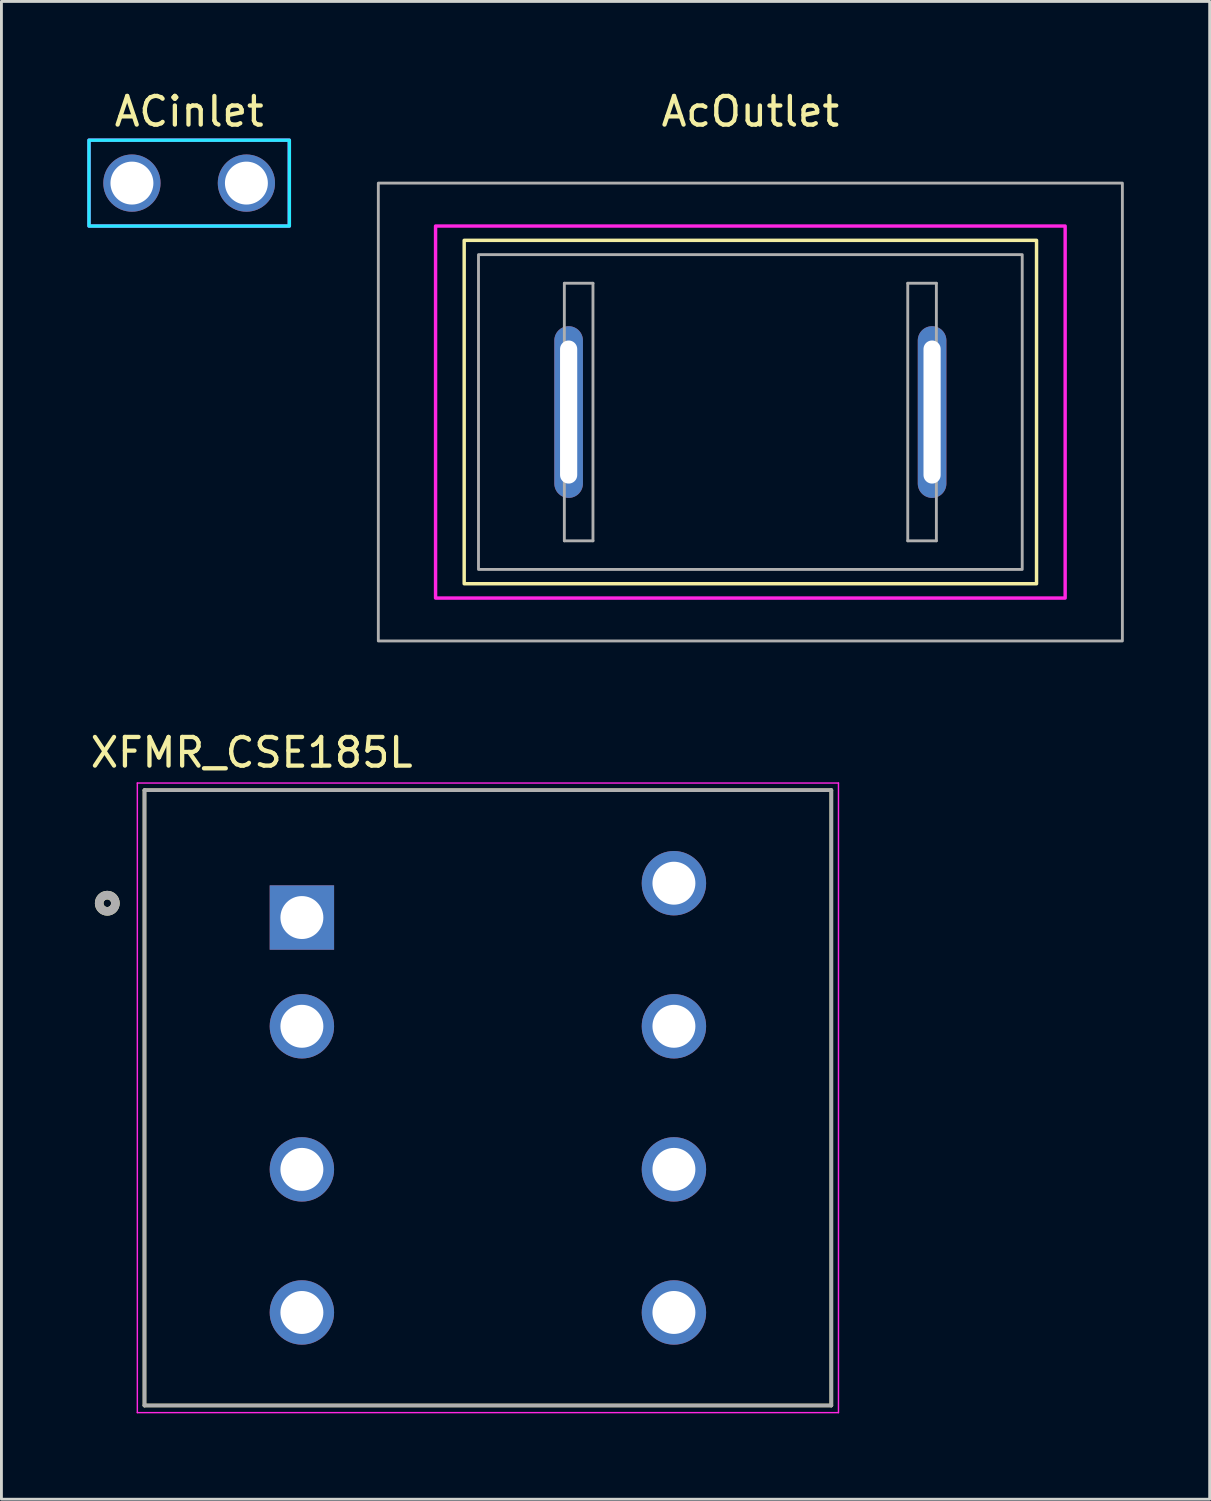
<source format=kicad_pcb>
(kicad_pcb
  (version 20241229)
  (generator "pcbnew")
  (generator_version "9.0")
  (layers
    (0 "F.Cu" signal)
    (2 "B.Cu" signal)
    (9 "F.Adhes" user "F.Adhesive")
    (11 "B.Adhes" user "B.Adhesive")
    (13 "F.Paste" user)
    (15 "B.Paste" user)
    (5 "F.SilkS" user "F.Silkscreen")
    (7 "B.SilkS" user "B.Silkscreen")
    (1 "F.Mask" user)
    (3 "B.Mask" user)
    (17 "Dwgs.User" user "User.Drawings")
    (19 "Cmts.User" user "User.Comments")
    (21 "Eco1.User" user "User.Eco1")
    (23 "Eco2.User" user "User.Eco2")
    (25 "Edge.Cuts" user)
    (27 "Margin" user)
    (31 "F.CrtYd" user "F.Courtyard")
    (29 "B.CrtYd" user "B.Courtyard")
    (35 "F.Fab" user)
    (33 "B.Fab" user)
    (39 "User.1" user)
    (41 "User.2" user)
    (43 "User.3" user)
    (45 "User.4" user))
  (footprint "AcOutlet"
    (layer "F.Cu")
    (at 23.17 11.348)
    (property "Reference" "AcOutlet" (at 0 -10.5 0) (unlocked yes) (layer "F.SilkS") (effects (font (size 1 1) (thickness 0.15))))
    (attr through_hole)
    (fp_rect (start -10 -6) (end 10 6) (stroke (width 0.12) (type solid)) (fill no) (layer "F.SilkS"))
    (fp_rect (start 11 6.5) (end -11 -6.5) (stroke (width 0.12) (type solid)) (fill no) (layer "F.CrtYd"))
    (fp_line (start -6.5 -4.5) (end -5.5 -4.5) (stroke (width 0.1) (type solid)) (layer "F.Fab"))
    (fp_line (start -6.5 0) (end -6.5 -4.5) (stroke (width 0.1) (type solid)) (layer "F.Fab"))
    (fp_line (start -6.5 4.5) (end -6.5 0) (stroke (width 0.1) (type solid)) (layer "F.Fab"))
    (fp_line (start -5.5 -4.5) (end -5.5 4.5) (stroke (width 0.1) (type solid)) (layer "F.Fab"))
    (fp_line (start -5.5 4.5) (end -6.5 4.5) (stroke (width 0.1) (type solid)) (layer "F.Fab"))
    (fp_line (start 5.5 -4.5) (end 5.5 4.5) (stroke (width 0.1) (type solid)) (layer "F.Fab"))
    (fp_line (start 5.5 4.5) (end 6.5 4.5) (stroke (width 0.1) (type solid)) (layer "F.Fab"))
    (fp_line (start 6.5 -4.5) (end 5.5 -4.5) (stroke (width 0.1) (type solid)) (layer "F.Fab"))
    (fp_line (start 6.5 0) (end 6.5 -4.5) (stroke (width 0.1) (type solid)) (layer "F.Fab"))
    (fp_line (start 6.5 4.5) (end 6.5 0) (stroke (width 0.1) (type solid)) (layer "F.Fab"))
    (fp_rect (start -13 8) (end 13 -8) (stroke (width 0.1) (type solid)) (fill no) (layer "F.Fab"))
    (fp_rect (start -9.5 -5.5) (end 9.5 5.5) (stroke (width 0.1) (type solid)) (fill no) (layer "F.Fab"))
    (pad "1" thru_hole oval (at -6.35 0) (size 1 6) (drill oval 0.6 5) (layers "*.Cu" "*.Mask"))
    (pad "2" thru_hole oval (at 6.35 0) (size 1 6) (drill oval 0.6 5) (layers "*.Cu" "*.Mask")))
  (footprint "XFMR_CSE185L"
    (layer "F.Cu")
    (at 13.999 35.312)
    (property "Reference" "XFMR_CSE185L" (at -8.255 -12.065 0) (layer "F.SilkS") (effects (font (size 1 1) (thickness 0.15))))
    (attr through_hole)
    (fp_line (start -12 -10.75) (end 12 -10.75) (stroke (width 0.127) (type solid)) (layer "F.SilkS"))
    (fp_line (start -12 10.75) (end -12 -10.75) (stroke (width 0.127) (type solid)) (layer "F.SilkS"))
    (fp_line (start 12 -10.75) (end 12 10.75) (stroke (width 0.127) (type solid)) (layer "F.SilkS"))
    (fp_line (start 12 10.75) (end -12 10.75) (stroke (width 0.127) (type solid)) (layer "F.SilkS"))
    (fp_circle (center -13.3 -6.8) (end -13.017 -6.8) (stroke (width 0.3) (type solid)) (fill no) (layer "F.SilkS"))
    (fp_line (start -12.25 -11) (end 12.25 -11) (stroke (width 0.05) (type solid)) (layer "F.CrtYd"))
    (fp_line (start -12.25 11) (end -12.25 -11) (stroke (width 0.05) (type solid)) (layer "F.CrtYd"))
    (fp_line (start 12.25 -11) (end 12.25 11) (stroke (width 0.05) (type solid)) (layer "F.CrtYd"))
    (fp_line (start 12.25 11) (end -12.25 11) (stroke (width 0.05) (type solid)) (layer "F.CrtYd"))
    (fp_line (start -12 -10.75) (end 12 -10.75) (stroke (width 0.127) (type solid)) (layer "F.Fab"))
    (fp_line (start -12 10.75) (end -12 -10.75) (stroke (width 0.127) (type solid)) (layer "F.Fab"))
    (fp_line (start 12 -10.75) (end 12 10.75) (stroke (width 0.127) (type solid)) (layer "F.Fab"))
    (fp_line (start 12 10.75) (end -12 10.75) (stroke (width 0.127) (type solid)) (layer "F.Fab"))
    (fp_circle (center -13.3 -6.8) (end -13.017 -6.8) (stroke (width 0.3) (type solid)) (fill no) (layer "F.Fab"))
    (pad "1" thru_hole rect (at -6.5 -6.3) (size 2.25 2.25) (drill 1.5) (layers "*.Cu" "*.Mask"))
    (pad "2" thru_hole circle (at -6.5 -2.5) (size 2.25 2.25) (drill 1.5) (layers "*.Cu" "*.Mask"))
    (pad "3" thru_hole circle (at -6.5 2.5) (size 2.25 2.25) (drill 1.5) (layers "*.Cu" "*.Mask"))
    (pad "4" thru_hole circle (at -6.5 7.5) (size 2.25 2.25) (drill 1.5) (layers "*.Cu" "*.Mask"))
    (pad "5" thru_hole circle (at 6.5 7.5) (size 2.25 2.25) (drill 1.5) (layers "*.Cu" "*.Mask"))
    (pad "6" thru_hole circle (at 6.5 2.5) (size 2.25 2.25) (drill 1.5) (layers "*.Cu" "*.Mask"))
    (pad "7" thru_hole circle (at 6.5 -2.5) (size 2.25 2.25) (drill 1.5) (layers "*.Cu" "*.Mask"))
    (pad "8" thru_hole circle (at 6.5 -7.5) (size 2.25 2.25) (drill 1.5) (layers "*.Cu" "*.Mask")))
  (footprint "ACinlet"
    (layer "F.Cu")
    (at 3.56 3.348)
    (property "Reference" "ACinlet" (at 0 -2.5 0) (unlocked yes) (layer "F.SilkS") (effects (font (size 1 1) (thickness 0.15))))
    (attr through_hole)
    (fp_line (start -2 1.5) (end 2 1.5) (stroke (width 0.12) (type solid)) (layer "B.Paste"))
    (fp_line (start 2 -1.5) (end -2 -1.5) (stroke (width 0.12) (type solid)) (layer "B.Paste"))
    (fp_arc (start -2 1.5) (mid -3.5 0) (end -2 -1.5) (stroke (width 0.12) (type solid)) (layer "B.Paste"))
    (fp_arc (start 2 -1.5) (mid 3.5 0) (end 2 1.5) (stroke (width 0.12) (type solid)) (layer "B.Paste"))
    (fp_rect (start -3.5 -1.5) (end 3.5 1.5) (stroke (width 0.12) (type solid)) (fill no) (layer "B.CrtYd"))
    (fp_rect (start 3.5 1.5) (end -3.5 -1.5) (stroke (width 0.12) (type solid)) (fill no) (layer "F.CrtYd"))
    (pad "1" thru_hole circle (at -2 0) (size 2 2) (drill 1.5) (layers "*.Cu" "*.Mask"))
    (pad "2" thru_hole circle (at 2 0) (size 2 2) (drill 1.5) (layers "*.Cu" "*.Mask")))
  (gr_rect
    (start -3 -3)
    (end 39.22 49.337)
    (stroke (width 0.1) (type default))
    (fill no)
    (layer "Edge.Cuts")))
</source>
